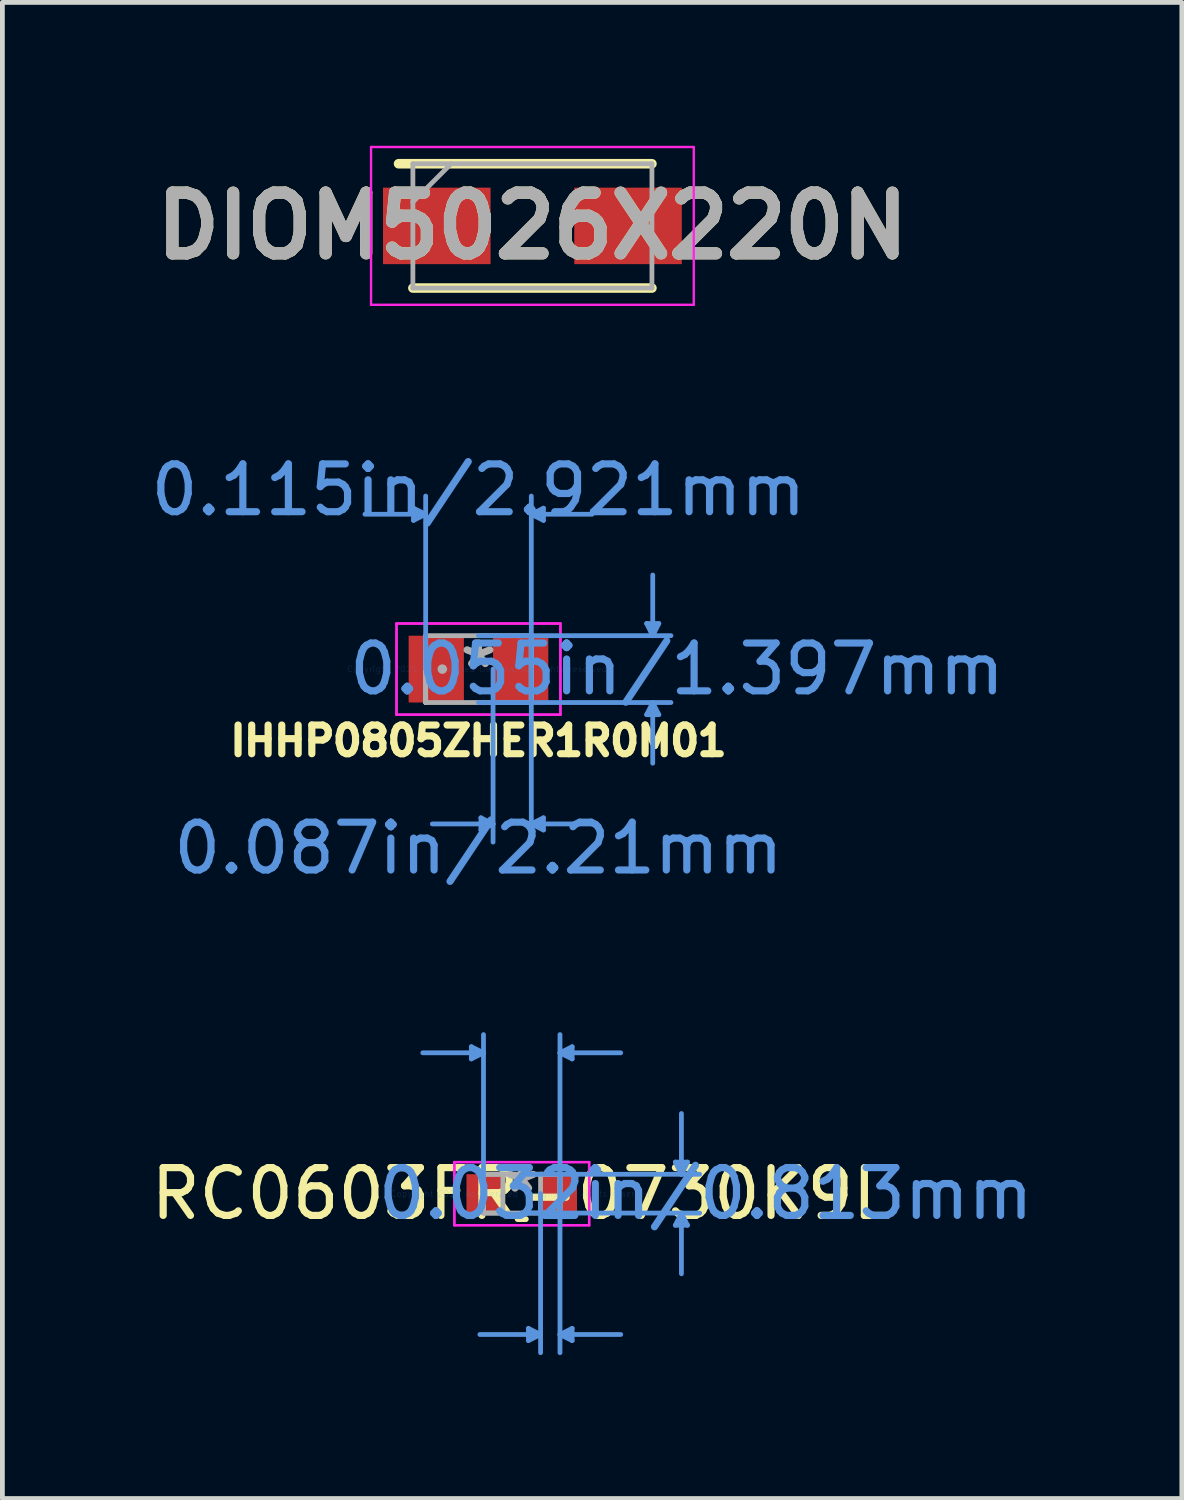
<source format=kicad_pcb>
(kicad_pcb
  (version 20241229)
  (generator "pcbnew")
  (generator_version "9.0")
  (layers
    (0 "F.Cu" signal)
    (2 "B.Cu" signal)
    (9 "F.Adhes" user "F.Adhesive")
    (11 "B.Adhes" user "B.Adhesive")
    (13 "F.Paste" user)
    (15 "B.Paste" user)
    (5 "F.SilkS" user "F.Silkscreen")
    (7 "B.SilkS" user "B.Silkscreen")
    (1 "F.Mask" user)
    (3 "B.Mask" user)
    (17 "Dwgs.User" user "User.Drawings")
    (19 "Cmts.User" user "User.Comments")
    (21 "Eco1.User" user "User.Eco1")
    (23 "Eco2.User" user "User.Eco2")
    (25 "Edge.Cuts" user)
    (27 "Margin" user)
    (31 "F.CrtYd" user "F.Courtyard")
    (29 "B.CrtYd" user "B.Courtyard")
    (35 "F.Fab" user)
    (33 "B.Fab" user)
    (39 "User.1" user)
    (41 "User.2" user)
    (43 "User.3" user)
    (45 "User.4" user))
  (footprint "IHHP0805ZHER1R0M01"
    (layer "F.Cu")
    (at 6.958 10.945)
    (property "Reference" "IHHP0805ZHER1R0M01" (at 0 1.5 0) (layer "F.SilkS") (effects (font (size 0.6 0.6) (thickness 0.15))))
    (attr through_hole)
    (fp_line (start -1.359 -3.365) (end -1.359 -3.111) (stroke (width 0.1) (type solid)) (layer "Cmts.User"))
    (fp_line (start -1.105 -3.239) (end -2.375 -3.239) (stroke (width 0.1) (type solid)) (layer "Cmts.User"))
    (fp_line (start -1.105 -3.239) (end -1.359 -3.365) (stroke (width 0.1) (type solid)) (layer "Cmts.User"))
    (fp_line (start -1.105 -3.239) (end -1.359 -3.111) (stroke (width 0.1) (type solid)) (layer "Cmts.User"))
    (fp_line (start -1.105 0) (end -1.105 -3.619) (stroke (width 0.1) (type solid)) (layer "Cmts.User"))
    (fp_line (start 0 -0.699) (end 4.026 -0.699) (stroke (width 0.1) (type solid)) (layer "Cmts.User"))
    (fp_line (start 0 0.699) (end 4.026 0.699) (stroke (width 0.1) (type solid)) (layer "Cmts.User"))
    (fp_line (start 0.051 3.111) (end 0.051 3.365) (stroke (width 0.1) (type solid)) (layer "Cmts.User"))
    (fp_line (start 0.305 0) (end 0.305 3.619) (stroke (width 0.1) (type solid)) (layer "Cmts.User"))
    (fp_line (start 0.305 3.239) (end -0.965 3.239) (stroke (width 0.1) (type solid)) (layer "Cmts.User"))
    (fp_line (start 0.305 3.239) (end 0.051 3.111) (stroke (width 0.1) (type solid)) (layer "Cmts.User"))
    (fp_line (start 0.305 3.239) (end 0.051 3.365) (stroke (width 0.1) (type solid)) (layer "Cmts.User"))
    (fp_line (start 1.105 -3.239) (end 1.359 -3.365) (stroke (width 0.1) (type solid)) (layer "Cmts.User"))
    (fp_line (start 1.105 -3.239) (end 1.359 -3.111) (stroke (width 0.1) (type solid)) (layer "Cmts.User"))
    (fp_line (start 1.105 -3.239) (end 2.375 -3.239) (stroke (width 0.1) (type solid)) (layer "Cmts.User"))
    (fp_line (start 1.105 0) (end 1.105 -3.619) (stroke (width 0.1) (type solid)) (layer "Cmts.User"))
    (fp_line (start 1.105 0) (end 1.105 3.619) (stroke (width 0.1) (type solid)) (layer "Cmts.User"))
    (fp_line (start 1.105 3.239) (end 1.359 3.111) (stroke (width 0.1) (type solid)) (layer "Cmts.User"))
    (fp_line (start 1.105 3.239) (end 1.359 3.365) (stroke (width 0.1) (type solid)) (layer "Cmts.User"))
    (fp_line (start 1.105 3.239) (end 2.375 3.239) (stroke (width 0.1) (type solid)) (layer "Cmts.User"))
    (fp_line (start 1.359 -3.365) (end 1.359 -3.111) (stroke (width 0.1) (type solid)) (layer "Cmts.User"))
    (fp_line (start 1.359 3.111) (end 1.359 3.365) (stroke (width 0.1) (type solid)) (layer "Cmts.User"))
    (fp_line (start 3.518 -0.953) (end 3.772 -0.953) (stroke (width 0.1) (type solid)) (layer "Cmts.User"))
    (fp_line (start 3.518 0.953) (end 3.772 0.953) (stroke (width 0.1) (type solid)) (layer "Cmts.User"))
    (fp_line (start 3.645 -0.699) (end 3.518 -0.953) (stroke (width 0.1) (type solid)) (layer "Cmts.User"))
    (fp_line (start 3.645 -0.699) (end 3.645 -1.968) (stroke (width 0.1) (type solid)) (layer "Cmts.User"))
    (fp_line (start 3.645 -0.699) (end 3.772 -0.953) (stroke (width 0.1) (type solid)) (layer "Cmts.User"))
    (fp_line (start 3.645 0.699) (end 3.518 0.953) (stroke (width 0.1) (type solid)) (layer "Cmts.User"))
    (fp_line (start 3.645 0.699) (end 3.645 1.968) (stroke (width 0.1) (type solid)) (layer "Cmts.User"))
    (fp_line (start 3.645 0.699) (end 3.772 0.953) (stroke (width 0.1) (type solid)) (layer "Cmts.User"))
    (fp_line (start -1.714 -0.953) (end 1.714 -0.953) (stroke (width 0.05) (type solid)) (layer "F.CrtYd"))
    (fp_line (start -1.714 -0.953) (end 1.714 -0.953) (stroke (width 0.05) (type solid)) (layer "F.CrtYd"))
    (fp_line (start -1.714 0.953) (end -1.714 -0.953) (stroke (width 0.05) (type solid)) (layer "F.CrtYd"))
    (fp_line (start -1.714 0.953) (end -1.714 -0.953) (stroke (width 0.05) (type solid)) (layer "F.CrtYd"))
    (fp_line (start 1.714 -0.953) (end 1.714 0.953) (stroke (width 0.05) (type solid)) (layer "F.CrtYd"))
    (fp_line (start 1.714 -0.953) (end 1.714 0.953) (stroke (width 0.05) (type solid)) (layer "F.CrtYd"))
    (fp_line (start 1.714 0.953) (end -1.714 0.953) (stroke (width 0.05) (type solid)) (layer "F.CrtYd"))
    (fp_line (start 1.714 0.953) (end -1.714 0.953) (stroke (width 0.05) (type solid)) (layer "F.CrtYd"))
    (fp_line (start -1.105 -0.699) (end -1.105 -0.699) (stroke (width 0.1) (type solid)) (layer "F.Fab"))
    (fp_line (start -1.105 -0.699) (end -1.105 0.699) (stroke (width 0.1) (type solid)) (layer "F.Fab"))
    (fp_line (start -1.105 -0.699) (end -1.105 0.699) (stroke (width 0.1) (type solid)) (layer "F.Fab"))
    (fp_line (start -1.105 0.699) (end -1.105 -0.699) (stroke (width 0.1) (type solid)) (layer "F.Fab"))
    (fp_line (start -1.105 0.699) (end -1.105 0.699) (stroke (width 0.1) (type solid)) (layer "F.Fab"))
    (fp_line (start -1.105 0.699) (end 1.105 0.699) (stroke (width 0.1) (type solid)) (layer "F.Fab"))
    (fp_line (start 1.105 -0.699) (end -1.105 -0.699) (stroke (width 0.1) (type solid)) (layer "F.Fab"))
    (fp_line (start 1.105 -0.699) (end 1.105 -0.699) (stroke (width 0.1) (type solid)) (layer "F.Fab"))
    (fp_line (start 1.105 -0.699) (end 1.105 0.699) (stroke (width 0.1) (type solid)) (layer "F.Fab"))
    (fp_line (start 1.105 0.699) (end 1.105 -0.699) (stroke (width 0.1) (type solid)) (layer "F.Fab"))
    (fp_line (start 1.105 0.699) (end 1.105 -0.699) (stroke (width 0.1) (type solid)) (layer "F.Fab"))
    (fp_line (start 1.105 0.699) (end 1.105 0.699) (stroke (width 0.1) (type solid)) (layer "F.Fab"))
    (fp_circle (center -0.756 0) (end -0.756 0) (stroke (width 0.1) (type solid)) (fill no) (layer "F.Fab"))
    (fp_text user "Copyright 2021 Accelerated Designs. All rights reserved." (at 0 0 0) (layer "Cmts.User") (effects (font (size 0.127 0.127) (thickness 0.002))))
    (fp_text user "0.115in/2.921mm" (at 0 -3.747 0) (layer "Cmts.User") (effects (font (size 1 1) (thickness 0.15))))
    (fp_text user "0.055in/1.397mm" (at 4.153 0 0) (layer "Cmts.User") (effects (font (size 1 1) (thickness 0.15))))
    (fp_text user "0.087in/2.21mm" (at 0 3.747 0) (layer "Cmts.User") (effects (font (size 1 1) (thickness 0.15))))
    (fp_text user "*" (at 0 0 0) (layer "F.Fab") (effects (font (size 1 1) (thickness 0.15))))
    (pad "1" smd rect (at -0.883 0) (size 1.156 1.397) (layers "F.Cu" "F.Mask" "F.Paste"))
    (pad "2" smd rect (at 0.883 0) (size 1.156 1.397) (layers "F.Cu" "F.Mask" "F.Paste")))
  (footprint "RC0603FR-0730K9L"
    (layer "F.Cu")
    (at 7.863 21.917)
    (property "Reference" "RC0603FR-0730K9L" (at 0 0 0) (layer "F.SilkS") (effects (font (size 1 1) (thickness 0.15))))
    (attr through_hole)
    (fp_line (start -0.086 0.533) (end 0.086 0.533) (stroke (width 0.12) (type solid)) (layer "F.SilkS"))
    (fp_line (start 0.086 -0.533) (end -0.086 -0.533) (stroke (width 0.12) (type solid)) (layer "F.SilkS"))
    (fp_line (start -1.054 -3.073) (end -1.054 -2.819) (stroke (width 0.1) (type solid)) (layer "Cmts.User"))
    (fp_line (start -0.8 -2.946) (end -2.07 -2.946) (stroke (width 0.1) (type solid)) (layer "Cmts.User"))
    (fp_line (start -0.8 -2.946) (end -1.054 -3.073) (stroke (width 0.1) (type solid)) (layer "Cmts.User"))
    (fp_line (start -0.8 -2.946) (end -1.054 -2.819) (stroke (width 0.1) (type solid)) (layer "Cmts.User"))
    (fp_line (start -0.8 0) (end -0.8 -3.327) (stroke (width 0.1) (type solid)) (layer "Cmts.User"))
    (fp_line (start 0 -0.406) (end 3.721 -0.406) (stroke (width 0.1) (type solid)) (layer "Cmts.User"))
    (fp_line (start 0 0.406) (end 3.721 0.406) (stroke (width 0.1) (type solid)) (layer "Cmts.User"))
    (fp_line (start 0.14 2.819) (end 0.14 3.073) (stroke (width 0.1) (type solid)) (layer "Cmts.User"))
    (fp_line (start 0.394 0) (end 0.394 3.327) (stroke (width 0.1) (type solid)) (layer "Cmts.User"))
    (fp_line (start 0.394 2.946) (end -0.876 2.946) (stroke (width 0.1) (type solid)) (layer "Cmts.User"))
    (fp_line (start 0.394 2.946) (end 0.14 2.819) (stroke (width 0.1) (type solid)) (layer "Cmts.User"))
    (fp_line (start 0.394 2.946) (end 0.14 3.073) (stroke (width 0.1) (type solid)) (layer "Cmts.User"))
    (fp_line (start 0.8 -2.946) (end 1.054 -3.073) (stroke (width 0.1) (type solid)) (layer "Cmts.User"))
    (fp_line (start 0.8 -2.946) (end 1.054 -2.819) (stroke (width 0.1) (type solid)) (layer "Cmts.User"))
    (fp_line (start 0.8 -2.946) (end 2.07 -2.946) (stroke (width 0.1) (type solid)) (layer "Cmts.User"))
    (fp_line (start 0.8 0) (end 0.8 -3.327) (stroke (width 0.1) (type solid)) (layer "Cmts.User"))
    (fp_line (start 0.8 0) (end 0.8 3.327) (stroke (width 0.1) (type solid)) (layer "Cmts.User"))
    (fp_line (start 0.8 2.946) (end 1.054 2.819) (stroke (width 0.1) (type solid)) (layer "Cmts.User"))
    (fp_line (start 0.8 2.946) (end 1.054 3.073) (stroke (width 0.1) (type solid)) (layer "Cmts.User"))
    (fp_line (start 0.8 2.946) (end 2.07 2.946) (stroke (width 0.1) (type solid)) (layer "Cmts.User"))
    (fp_line (start 1.054 -3.073) (end 1.054 -2.819) (stroke (width 0.1) (type solid)) (layer "Cmts.User"))
    (fp_line (start 1.054 2.819) (end 1.054 3.073) (stroke (width 0.1) (type solid)) (layer "Cmts.User"))
    (fp_line (start 3.213 -0.66) (end 3.467 -0.66) (stroke (width 0.1) (type solid)) (layer "Cmts.User"))
    (fp_line (start 3.213 0.66) (end 3.467 0.66) (stroke (width 0.1) (type solid)) (layer "Cmts.User"))
    (fp_line (start 3.34 -0.406) (end 3.213 -0.66) (stroke (width 0.1) (type solid)) (layer "Cmts.User"))
    (fp_line (start 3.34 -0.406) (end 3.34 -1.676) (stroke (width 0.1) (type solid)) (layer "Cmts.User"))
    (fp_line (start 3.34 -0.406) (end 3.467 -0.66) (stroke (width 0.1) (type solid)) (layer "Cmts.User"))
    (fp_line (start 3.34 0.406) (end 3.213 0.66) (stroke (width 0.1) (type solid)) (layer "Cmts.User"))
    (fp_line (start 3.34 0.406) (end 3.34 1.676) (stroke (width 0.1) (type solid)) (layer "Cmts.User"))
    (fp_line (start 3.34 0.406) (end 3.467 0.66) (stroke (width 0.1) (type solid)) (layer "Cmts.User"))
    (fp_line (start -1.41 -0.66) (end 1.41 -0.66) (stroke (width 0.05) (type solid)) (layer "F.CrtYd"))
    (fp_line (start -1.41 -0.66) (end 1.41 -0.66) (stroke (width 0.05) (type solid)) (layer "F.CrtYd"))
    (fp_line (start -1.41 0.66) (end -1.41 -0.66) (stroke (width 0.05) (type solid)) (layer "F.CrtYd"))
    (fp_line (start -1.41 0.66) (end -1.41 -0.66) (stroke (width 0.05) (type solid)) (layer "F.CrtYd"))
    (fp_line (start 1.41 -0.66) (end 1.41 0.66) (stroke (width 0.05) (type solid)) (layer "F.CrtYd"))
    (fp_line (start 1.41 -0.66) (end 1.41 0.66) (stroke (width 0.05) (type solid)) (layer "F.CrtYd"))
    (fp_line (start 1.41 0.66) (end -1.41 0.66) (stroke (width 0.05) (type solid)) (layer "F.CrtYd"))
    (fp_line (start 1.41 0.66) (end -1.41 0.66) (stroke (width 0.05) (type solid)) (layer "F.CrtYd"))
    (fp_line (start -0.8 -0.406) (end -0.8 0.406) (stroke (width 0.1) (type solid)) (layer "F.Fab"))
    (fp_line (start -0.8 -0.406) (end -0.8 0.406) (stroke (width 0.1) (type solid)) (layer "F.Fab"))
    (fp_line (start -0.8 0.406) (end -0.394 0.406) (stroke (width 0.1) (type solid)) (layer "F.Fab"))
    (fp_line (start -0.8 0.406) (end 0.8 0.406) (stroke (width 0.1) (type solid)) (layer "F.Fab"))
    (fp_line (start -0.394 -0.406) (end -0.8 -0.406) (stroke (width 0.1) (type solid)) (layer "F.Fab"))
    (fp_line (start -0.394 0.406) (end -0.394 -0.406) (stroke (width 0.1) (type solid)) (layer "F.Fab"))
    (fp_line (start 0.394 -0.406) (end 0.394 0.406) (stroke (width 0.1) (type solid)) (layer "F.Fab"))
    (fp_line (start 0.394 0.406) (end 0.8 0.406) (stroke (width 0.1) (type solid)) (layer "F.Fab"))
    (fp_line (start 0.8 -0.406) (end -0.8 -0.406) (stroke (width 0.1) (type solid)) (layer "F.Fab"))
    (fp_line (start 0.8 -0.406) (end 0.394 -0.406) (stroke (width 0.1) (type solid)) (layer "F.Fab"))
    (fp_line (start 0.8 0.406) (end 0.8 -0.406) (stroke (width 0.1) (type solid)) (layer "F.Fab"))
    (fp_line (start 0.8 0.406) (end 0.8 -0.406) (stroke (width 0.1) (type solid)) (layer "F.Fab"))
    (fp_text user "0.032in/0.813mm" (at 3.848 0 0) (layer "Cmts.User") (effects (font (size 1 1) (thickness 0.15))))
    (fp_text user "Copyright 2021 Accelerated Designs. All rights reserved." (at 0 0 0) (layer "Cmts.User") (effects (font (size 0.127 0.127) (thickness 0.002))))
    (fp_text user "*" (at 0 0 0) (layer "F.Fab") (effects (font (size 1 1) (thickness 0.15))))
    (pad "1" smd rect (at -0.775 0) (size 0.762 0.813) (layers "F.Cu" "F.Mask" "F.Paste"))
    (pad "2" smd rect (at 0.775 0) (size 0.762 0.813) (layers "F.Cu" "F.Mask" "F.Paste")))
  (footprint "DIOM5026X220N"
    (layer "F.Cu")
    (at 8.086 1.675)
    (property "Reference" "DIOM5026X220N" (at 0 0 0) (layer "F.SilkS") (effects (font (size 1.27 1.27) (thickness 0.254))))
    (attr smd)
    (fp_line (start -2.5 1.3) (end 2.5 1.3) (stroke (width 0.2) (type solid)) (layer "F.SilkS"))
    (fp_line (start 2.5 -1.3) (end -2.8 -1.3) (stroke (width 0.2) (type solid)) (layer "F.SilkS"))
    (fp_line (start -3.375 -1.65) (end 3.375 -1.65) (stroke (width 0.05) (type solid)) (layer "F.CrtYd"))
    (fp_line (start -3.375 1.65) (end -3.375 -1.65) (stroke (width 0.05) (type solid)) (layer "F.CrtYd"))
    (fp_line (start 3.375 -1.65) (end 3.375 1.65) (stroke (width 0.05) (type solid)) (layer "F.CrtYd"))
    (fp_line (start 3.375 1.65) (end -3.375 1.65) (stroke (width 0.05) (type solid)) (layer "F.CrtYd"))
    (fp_line (start -2.5 -1.3) (end 2.5 -1.3) (stroke (width 0.1) (type solid)) (layer "F.Fab"))
    (fp_line (start -2.5 -0.5) (end -1.7 -1.3) (stroke (width 0.1) (type solid)) (layer "F.Fab"))
    (fp_line (start -2.5 1.3) (end -2.5 -1.3) (stroke (width 0.1) (type solid)) (layer "F.Fab"))
    (fp_line (start 2.5 -1.3) (end 2.5 1.3) (stroke (width 0.1) (type solid)) (layer "F.Fab"))
    (fp_line (start 2.5 1.3) (end -2.5 1.3) (stroke (width 0.1) (type solid)) (layer "F.Fab"))
    (fp_text user "${REFERENCE}" (at 0 0 0) (layer "F.Fab") (effects (font (size 1.27 1.27) (thickness 0.254))))
    (pad "1" smd rect (at -2 0 90) (size 1.6 2.25) (layers "F.Cu" "F.Mask" "F.Paste"))
    (pad "2" smd rect (at 2 0 90) (size 1.6 2.25) (layers "F.Cu" "F.Mask" "F.Paste")))
  (gr_rect
    (start -3 -3)
    (end 21.67 28.294)
    (stroke (width 0.1) (type default))
    (fill no)
    (layer "Edge.Cuts")))
</source>
